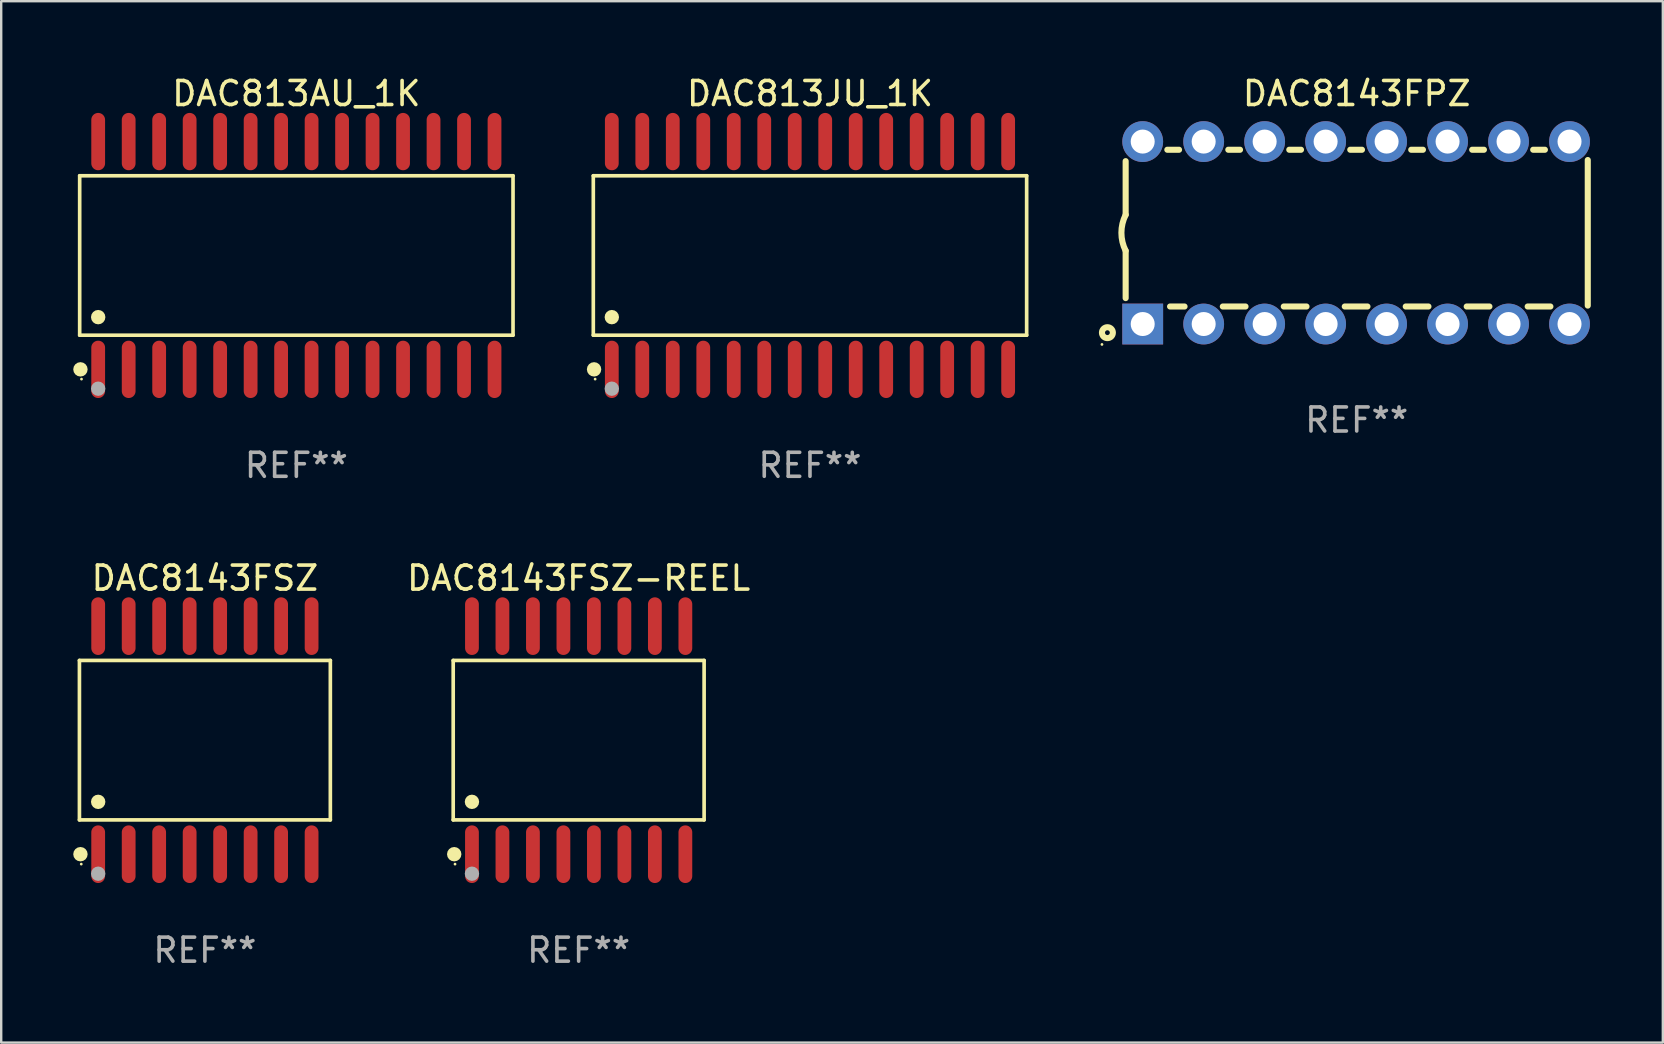
<source format=kicad_pcb>
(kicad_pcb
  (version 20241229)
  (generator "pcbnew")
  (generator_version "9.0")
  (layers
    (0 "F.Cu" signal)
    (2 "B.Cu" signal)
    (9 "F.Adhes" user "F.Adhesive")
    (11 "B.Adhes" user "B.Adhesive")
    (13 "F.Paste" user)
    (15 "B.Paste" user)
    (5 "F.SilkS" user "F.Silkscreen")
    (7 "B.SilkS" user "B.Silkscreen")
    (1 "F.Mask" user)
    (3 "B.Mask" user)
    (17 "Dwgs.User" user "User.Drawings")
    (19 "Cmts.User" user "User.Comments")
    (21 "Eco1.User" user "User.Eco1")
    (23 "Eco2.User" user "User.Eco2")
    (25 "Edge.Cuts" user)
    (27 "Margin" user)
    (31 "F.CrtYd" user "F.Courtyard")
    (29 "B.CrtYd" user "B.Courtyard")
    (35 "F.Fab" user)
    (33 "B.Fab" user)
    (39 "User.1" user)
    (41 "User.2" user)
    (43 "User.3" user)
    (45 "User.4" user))
  (footprint "DAC8143FPZ"
    (layer "F.Cu")
    (at 53.466 6.648)
    (property "Reference" "DAC8143FPZ" (at 0 -5.8 0) (layer "F.SilkS") (effects (font (size 1 1) (thickness 0.15))))
    (attr through_hole)
    (fp_line (start -9.625 -0.75) (end -9.625 -2.985) (stroke (width 0.254) (type solid)) (layer "F.SilkS"))
    (fp_line (start -9.625 0.749) (end -9.625 2.719) (stroke (width 0.254) (type solid)) (layer "F.SilkS"))
    (fp_line (start -7.889 -3.46) (end -7.401 -3.46) (stroke (width 0.254) (type solid)) (layer "F.SilkS"))
    (fp_line (start -7.775 3.07) (end -7.172 3.07) (stroke (width 0.254) (type solid)) (layer "F.SilkS"))
    (fp_line (start -5.578 3.07) (end -4.632 3.07) (stroke (width 0.254) (type solid)) (layer "F.SilkS"))
    (fp_line (start -5.349 -3.46) (end -4.861 -3.46) (stroke (width 0.254) (type solid)) (layer "F.SilkS"))
    (fp_line (start -3.038 3.07) (end -2.092 3.07) (stroke (width 0.254) (type solid)) (layer "F.SilkS"))
    (fp_line (start -2.809 -3.46) (end -2.321 -3.46) (stroke (width 0.254) (type solid)) (layer "F.SilkS"))
    (fp_line (start -0.498 3.07) (end 0.448 3.07) (stroke (width 0.254) (type solid)) (layer "F.SilkS"))
    (fp_line (start -0.269 -3.46) (end 0.219 -3.46) (stroke (width 0.254) (type solid)) (layer "F.SilkS"))
    (fp_line (start 2.042 3.07) (end 2.988 3.07) (stroke (width 0.254) (type solid)) (layer "F.SilkS"))
    (fp_line (start 2.271 -3.46) (end 2.759 -3.46) (stroke (width 0.254) (type solid)) (layer "F.SilkS"))
    (fp_line (start 4.582 3.07) (end 5.528 3.07) (stroke (width 0.254) (type solid)) (layer "F.SilkS"))
    (fp_line (start 4.811 -3.46) (end 5.299 -3.46) (stroke (width 0.254) (type solid)) (layer "F.SilkS"))
    (fp_line (start 7.122 3.07) (end 8.068 3.07) (stroke (width 0.254) (type solid)) (layer "F.SilkS"))
    (fp_line (start 7.351 -3.46) (end 7.839 -3.46) (stroke (width 0.254) (type solid)) (layer "F.SilkS"))
    (fp_line (start 9.625 3.032) (end 9.625 -3.032) (stroke (width 0.254) (type solid)) (layer "F.SilkS"))
    (fp_arc (start -9.62498 0.748819) (mid -9.801899 -0.000581) (end -9.625006 -0.749987) (stroke (width 0.254001) (type solid)) (layer "F.SilkS"))
    (fp_circle (center -10.612 4.65) (end -10.582 4.65) (stroke (width 0.06) (type solid)) (fill no) (layer "F.SilkS"))
    (fp_circle (center -10.385 4.16) (end -10.285 4.16) (stroke (width 0.254) (type solid)) (fill no) (layer "F.SilkS"))
    (fp_text user "REF**" (at 0 7.8 0) (layer "F.Fab") (effects (font (size 1 1) (thickness 0.15))))
    (pad "1" thru_hole rect (at -8.915 3.8 90) (size 1.7 1.7) (drill 1) (layers "*.Cu" "*.Mask"))
    (pad "2" thru_hole circle (at -6.375 3.8) (size 1.7 1.7) (drill 1) (layers "*.Cu" "*.Mask"))
    (pad "3" thru_hole circle (at -3.835 3.8) (size 1.7 1.7) (drill 1) (layers "*.Cu" "*.Mask"))
    (pad "4" thru_hole circle (at -1.295 3.8) (size 1.7 1.7) (drill 1) (layers "*.Cu" "*.Mask"))
    (pad "5" thru_hole circle (at 1.245 3.8) (size 1.7 1.7) (drill 1) (layers "*.Cu" "*.Mask"))
    (pad "6" thru_hole circle (at 3.785 3.8) (size 1.7 1.7) (drill 1) (layers "*.Cu" "*.Mask"))
    (pad "7" thru_hole circle (at 6.325 3.8) (size 1.7 1.7) (drill 1) (layers "*.Cu" "*.Mask"))
    (pad "8" thru_hole circle (at 8.865 3.8) (size 1.7 1.7) (drill 1) (layers "*.Cu" "*.Mask"))
    (pad "9" thru_hole circle (at 8.865 -3.8) (size 1.7 1.7) (drill 1) (layers "*.Cu" "*.Mask"))
    (pad "10" thru_hole circle (at 6.325 -3.8) (size 1.7 1.7) (drill 1) (layers "*.Cu" "*.Mask"))
    (pad "11" thru_hole circle (at 3.785 -3.8) (size 1.7 1.7) (drill 1) (layers "*.Cu" "*.Mask"))
    (pad "12" thru_hole circle (at 1.245 -3.8) (size 1.7 1.7) (drill 1) (layers "*.Cu" "*.Mask"))
    (pad "13" thru_hole circle (at -1.295 -3.8) (size 1.7 1.7) (drill 1) (layers "*.Cu" "*.Mask"))
    (pad "14" thru_hole circle (at -3.835 -3.8) (size 1.7 1.7) (drill 1) (layers "*.Cu" "*.Mask"))
    (pad "15" thru_hole circle (at -6.375 -3.8) (size 1.7 1.7) (drill 1) (layers "*.Cu" "*.Mask"))
    (pad "16" thru_hole circle (at -8.915 -3.8) (size 1.7 1.7) (drill 1) (layers "*.Cu" "*.Mask")))
  (footprint "DAC813JU_1K"
    (layer "F.Cu")
    (at 30.691 7.592)
    (property "Reference" "DAC813JU_1K" (at 0 -6.744 0) (layer "F.SilkS") (effects (font (size 1 1) (thickness 0.15))))
    (attr through_hole)
    (fp_line (start -9.026 -3.321) (end 9.026 -3.321) (stroke (width 0.152) (type solid)) (layer "F.SilkS"))
    (fp_line (start -9.026 3.321) (end -9.026 -3.321) (stroke (width 0.152) (type solid)) (layer "F.SilkS"))
    (fp_line (start 9.026 -3.321) (end 9.026 3.321) (stroke (width 0.152) (type solid)) (layer "F.SilkS"))
    (fp_line (start 9.026 3.321) (end -9.026 3.321) (stroke (width 0.152) (type solid)) (layer "F.SilkS"))
    (fp_circle (center -8.994 4.744) (end -8.844 4.744) (stroke (width 0.3) (type solid)) (fill no) (layer "F.SilkS"))
    (fp_circle (center -8.95 5.15) (end -8.92 5.15) (stroke (width 0.06) (type solid)) (fill no) (layer "F.SilkS"))
    (fp_circle (center -8.255 2.569) (end -8.105 2.569) (stroke (width 0.3) (type solid)) (fill no) (layer "F.SilkS"))
    (fp_circle (center -8.255 5.55) (end -8.105 5.55) (stroke (width 0.3) (type solid)) (fill no) (layer "F.Fab"))
    (fp_text user "REF**" (at 0 8.744 0) (layer "F.Fab") (effects (font (size 1 1) (thickness 0.15))))
    (pad "1" smd oval (at -8.255 4.744) (size 0.574 2.388) (layers "F.Cu" "F.Mask" "F.Paste"))
    (pad "2" smd oval (at -6.985 4.744) (size 0.574 2.388) (layers "F.Cu" "F.Mask" "F.Paste"))
    (pad "3" smd oval (at -5.715 4.744) (size 0.574 2.388) (layers "F.Cu" "F.Mask" "F.Paste"))
    (pad "4" smd oval (at -4.445 4.744) (size 0.574 2.388) (layers "F.Cu" "F.Mask" "F.Paste"))
    (pad "5" smd oval (at -3.175 4.744) (size 0.574 2.388) (layers "F.Cu" "F.Mask" "F.Paste"))
    (pad "6" smd oval (at -1.905 4.744) (size 0.574 2.388) (layers "F.Cu" "F.Mask" "F.Paste"))
    (pad "7" smd oval (at -0.635 4.744) (size 0.574 2.388) (layers "F.Cu" "F.Mask" "F.Paste"))
    (pad "8" smd oval (at 0.635 4.744) (size 0.574 2.388) (layers "F.Cu" "F.Mask" "F.Paste"))
    (pad "9" smd oval (at 1.905 4.744) (size 0.574 2.388) (layers "F.Cu" "F.Mask" "F.Paste"))
    (pad "10" smd oval (at 3.175 4.744) (size 0.574 2.388) (layers "F.Cu" "F.Mask" "F.Paste"))
    (pad "11" smd oval (at 4.445 4.744) (size 0.574 2.388) (layers "F.Cu" "F.Mask" "F.Paste"))
    (pad "12" smd oval (at 5.715 4.744) (size 0.574 2.388) (layers "F.Cu" "F.Mask" "F.Paste"))
    (pad "13" smd oval (at 6.985 4.744) (size 0.574 2.388) (layers "F.Cu" "F.Mask" "F.Paste"))
    (pad "14" smd oval (at 8.255 4.744) (size 0.574 2.388) (layers "F.Cu" "F.Mask" "F.Paste"))
    (pad "15" smd oval (at 8.255 -4.744) (size 0.574 2.388) (layers "F.Cu" "F.Mask" "F.Paste"))
    (pad "16" smd oval (at 6.985 -4.744) (size 0.574 2.388) (layers "F.Cu" "F.Mask" "F.Paste"))
    (pad "17" smd oval (at 5.715 -4.744) (size 0.574 2.388) (layers "F.Cu" "F.Mask" "F.Paste"))
    (pad "18" smd oval (at 4.445 -4.744) (size 0.574 2.388) (layers "F.Cu" "F.Mask" "F.Paste"))
    (pad "19" smd oval (at 3.175 -4.744) (size 0.574 2.388) (layers "F.Cu" "F.Mask" "F.Paste"))
    (pad "20" smd oval (at 1.905 -4.744) (size 0.574 2.388) (layers "F.Cu" "F.Mask" "F.Paste"))
    (pad "21" smd oval (at 0.635 -4.744) (size 0.574 2.388) (layers "F.Cu" "F.Mask" "F.Paste"))
    (pad "22" smd oval (at -0.635 -4.744) (size 0.574 2.388) (layers "F.Cu" "F.Mask" "F.Paste"))
    (pad "23" smd oval (at -1.905 -4.744) (size 0.574 2.388) (layers "F.Cu" "F.Mask" "F.Paste"))
    (pad "24" smd oval (at -3.175 -4.744) (size 0.574 2.388) (layers "F.Cu" "F.Mask" "F.Paste"))
    (pad "25" smd oval (at -4.445 -4.744) (size 0.574 2.388) (layers "F.Cu" "F.Mask" "F.Paste"))
    (pad "26" smd oval (at -5.715 -4.744) (size 0.574 2.388) (layers "F.Cu" "F.Mask" "F.Paste"))
    (pad "27" smd oval (at -6.985 -4.744) (size 0.574 2.388) (layers "F.Cu" "F.Mask" "F.Paste"))
    (pad "28" smd oval (at -8.255 -4.744) (size 0.574 2.388) (layers "F.Cu" "F.Mask" "F.Paste")))
  (footprint "DAC8143FSZ-REEL"
    (layer "F.Cu")
    (at 21.055 27.783)
    (property "Reference" "DAC8143FSZ-REEL" (at 0 -6.75 0) (layer "F.SilkS") (effects (font (size 1 1) (thickness 0.15))))
    (attr through_hole)
    (fp_line (start -5.226 -3.321) (end 5.226 -3.321) (stroke (width 0.152) (type solid)) (layer "F.SilkS"))
    (fp_line (start -5.226 3.321) (end -5.226 -3.321) (stroke (width 0.152) (type solid)) (layer "F.SilkS"))
    (fp_line (start 5.226 -3.321) (end 5.226 3.321) (stroke (width 0.152) (type solid)) (layer "F.SilkS"))
    (fp_line (start 5.226 3.321) (end -5.226 3.321) (stroke (width 0.152) (type solid)) (layer "F.SilkS"))
    (fp_circle (center -5.184 4.75) (end -5.034 4.75) (stroke (width 0.3) (type solid)) (fill no) (layer "F.SilkS"))
    (fp_circle (center -5.15 5.163) (end -5.12 5.163) (stroke (width 0.06) (type solid)) (fill no) (layer "F.SilkS"))
    (fp_circle (center -4.445 2.569) (end -4.295 2.569) (stroke (width 0.3) (type solid)) (fill no) (layer "F.SilkS"))
    (fp_circle (center -4.445 5.563) (end -4.295 5.563) (stroke (width 0.3) (type solid)) (fill no) (layer "F.Fab"))
    (fp_text user "REF**" (at 0 8.75 0) (layer "F.Fab") (effects (font (size 1 1) (thickness 0.15))))
    (pad "1" smd oval (at -4.445 4.75) (size 0.574 2.401) (layers "F.Cu" "F.Mask" "F.Paste"))
    (pad "2" smd oval (at -3.175 4.75) (size 0.574 2.401) (layers "F.Cu" "F.Mask" "F.Paste"))
    (pad "3" smd oval (at -1.905 4.75) (size 0.574 2.401) (layers "F.Cu" "F.Mask" "F.Paste"))
    (pad "4" smd oval (at -0.635 4.75) (size 0.574 2.401) (layers "F.Cu" "F.Mask" "F.Paste"))
    (pad "5" smd oval (at 0.635 4.75) (size 0.574 2.401) (layers "F.Cu" "F.Mask" "F.Paste"))
    (pad "6" smd oval (at 1.905 4.75) (size 0.574 2.401) (layers "F.Cu" "F.Mask" "F.Paste"))
    (pad "7" smd oval (at 3.175 4.75) (size 0.574 2.401) (layers "F.Cu" "F.Mask" "F.Paste"))
    (pad "8" smd oval (at 4.445 4.75) (size 0.574 2.401) (layers "F.Cu" "F.Mask" "F.Paste"))
    (pad "9" smd oval (at 4.445 -4.75) (size 0.574 2.401) (layers "F.Cu" "F.Mask" "F.Paste"))
    (pad "10" smd oval (at 3.175 -4.75) (size 0.574 2.401) (layers "F.Cu" "F.Mask" "F.Paste"))
    (pad "11" smd oval (at 1.905 -4.75) (size 0.574 2.401) (layers "F.Cu" "F.Mask" "F.Paste"))
    (pad "12" smd oval (at 0.635 -4.75) (size 0.574 2.401) (layers "F.Cu" "F.Mask" "F.Paste"))
    (pad "13" smd oval (at -0.635 -4.75) (size 0.574 2.401) (layers "F.Cu" "F.Mask" "F.Paste"))
    (pad "14" smd oval (at -1.905 -4.75) (size 0.574 2.401) (layers "F.Cu" "F.Mask" "F.Paste"))
    (pad "15" smd oval (at -3.175 -4.75) (size 0.574 2.401) (layers "F.Cu" "F.Mask" "F.Paste"))
    (pad "16" smd oval (at -4.445 -4.75) (size 0.574 2.401) (layers "F.Cu" "F.Mask" "F.Paste")))
  (footprint "DAC813AU_1K"
    (layer "F.Cu")
    (at 9.295 7.592)
    (property "Reference" "DAC813AU_1K" (at 0 -6.744 0) (layer "F.SilkS") (effects (font (size 1 1) (thickness 0.15))))
    (attr through_hole)
    (fp_line (start -9.026 -3.321) (end 9.026 -3.321) (stroke (width 0.152) (type solid)) (layer "F.SilkS"))
    (fp_line (start -9.026 3.321) (end -9.026 -3.321) (stroke (width 0.152) (type solid)) (layer "F.SilkS"))
    (fp_line (start 9.026 -3.321) (end 9.026 3.321) (stroke (width 0.152) (type solid)) (layer "F.SilkS"))
    (fp_line (start 9.026 3.321) (end -9.026 3.321) (stroke (width 0.152) (type solid)) (layer "F.SilkS"))
    (fp_circle (center -8.994 4.744) (end -8.844 4.744) (stroke (width 0.3) (type solid)) (fill no) (layer "F.SilkS"))
    (fp_circle (center -8.95 5.15) (end -8.92 5.15) (stroke (width 0.06) (type solid)) (fill no) (layer "F.SilkS"))
    (fp_circle (center -8.255 2.569) (end -8.105 2.569) (stroke (width 0.3) (type solid)) (fill no) (layer "F.SilkS"))
    (fp_circle (center -8.255 5.55) (end -8.105 5.55) (stroke (width 0.3) (type solid)) (fill no) (layer "F.Fab"))
    (fp_text user "REF**" (at 0 8.744 0) (layer "F.Fab") (effects (font (size 1 1) (thickness 0.15))))
    (pad "1" smd oval (at -8.255 4.744) (size 0.574 2.388) (layers "F.Cu" "F.Mask" "F.Paste"))
    (pad "2" smd oval (at -6.985 4.744) (size 0.574 2.388) (layers "F.Cu" "F.Mask" "F.Paste"))
    (pad "3" smd oval (at -5.715 4.744) (size 0.574 2.388) (layers "F.Cu" "F.Mask" "F.Paste"))
    (pad "4" smd oval (at -4.445 4.744) (size 0.574 2.388) (layers "F.Cu" "F.Mask" "F.Paste"))
    (pad "5" smd oval (at -3.175 4.744) (size 0.574 2.388) (layers "F.Cu" "F.Mask" "F.Paste"))
    (pad "6" smd oval (at -1.905 4.744) (size 0.574 2.388) (layers "F.Cu" "F.Mask" "F.Paste"))
    (pad "7" smd oval (at -0.635 4.744) (size 0.574 2.388) (layers "F.Cu" "F.Mask" "F.Paste"))
    (pad "8" smd oval (at 0.635 4.744) (size 0.574 2.388) (layers "F.Cu" "F.Mask" "F.Paste"))
    (pad "9" smd oval (at 1.905 4.744) (size 0.574 2.388) (layers "F.Cu" "F.Mask" "F.Paste"))
    (pad "10" smd oval (at 3.175 4.744) (size 0.574 2.388) (layers "F.Cu" "F.Mask" "F.Paste"))
    (pad "11" smd oval (at 4.445 4.744) (size 0.574 2.388) (layers "F.Cu" "F.Mask" "F.Paste"))
    (pad "12" smd oval (at 5.715 4.744) (size 0.574 2.388) (layers "F.Cu" "F.Mask" "F.Paste"))
    (pad "13" smd oval (at 6.985 4.744) (size 0.574 2.388) (layers "F.Cu" "F.Mask" "F.Paste"))
    (pad "14" smd oval (at 8.255 4.744) (size 0.574 2.388) (layers "F.Cu" "F.Mask" "F.Paste"))
    (pad "15" smd oval (at 8.255 -4.744) (size 0.574 2.388) (layers "F.Cu" "F.Mask" "F.Paste"))
    (pad "16" smd oval (at 6.985 -4.744) (size 0.574 2.388) (layers "F.Cu" "F.Mask" "F.Paste"))
    (pad "17" smd oval (at 5.715 -4.744) (size 0.574 2.388) (layers "F.Cu" "F.Mask" "F.Paste"))
    (pad "18" smd oval (at 4.445 -4.744) (size 0.574 2.388) (layers "F.Cu" "F.Mask" "F.Paste"))
    (pad "19" smd oval (at 3.175 -4.744) (size 0.574 2.388) (layers "F.Cu" "F.Mask" "F.Paste"))
    (pad "20" smd oval (at 1.905 -4.744) (size 0.574 2.388) (layers "F.Cu" "F.Mask" "F.Paste"))
    (pad "21" smd oval (at 0.635 -4.744) (size 0.574 2.388) (layers "F.Cu" "F.Mask" "F.Paste"))
    (pad "22" smd oval (at -0.635 -4.744) (size 0.574 2.388) (layers "F.Cu" "F.Mask" "F.Paste"))
    (pad "23" smd oval (at -1.905 -4.744) (size 0.574 2.388) (layers "F.Cu" "F.Mask" "F.Paste"))
    (pad "24" smd oval (at -3.175 -4.744) (size 0.574 2.388) (layers "F.Cu" "F.Mask" "F.Paste"))
    (pad "25" smd oval (at -4.445 -4.744) (size 0.574 2.388) (layers "F.Cu" "F.Mask" "F.Paste"))
    (pad "26" smd oval (at -5.715 -4.744) (size 0.574 2.388) (layers "F.Cu" "F.Mask" "F.Paste"))
    (pad "27" smd oval (at -6.985 -4.744) (size 0.574 2.388) (layers "F.Cu" "F.Mask" "F.Paste"))
    (pad "28" smd oval (at -8.255 -4.744) (size 0.574 2.388) (layers "F.Cu" "F.Mask" "F.Paste")))
  (footprint "DAC8143FSZ"
    (layer "F.Cu")
    (at 5.485 27.783)
    (property "Reference" "DAC8143FSZ" (at 0 -6.75 0) (layer "F.SilkS") (effects (font (size 1 1) (thickness 0.15))))
    (attr through_hole)
    (fp_line (start -5.226 -3.321) (end 5.226 -3.321) (stroke (width 0.152) (type solid)) (layer "F.SilkS"))
    (fp_line (start -5.226 3.321) (end -5.226 -3.321) (stroke (width 0.152) (type solid)) (layer "F.SilkS"))
    (fp_line (start 5.226 -3.321) (end 5.226 3.321) (stroke (width 0.152) (type solid)) (layer "F.SilkS"))
    (fp_line (start 5.226 3.321) (end -5.226 3.321) (stroke (width 0.152) (type solid)) (layer "F.SilkS"))
    (fp_circle (center -5.184 4.75) (end -5.034 4.75) (stroke (width 0.3) (type solid)) (fill no) (layer "F.SilkS"))
    (fp_circle (center -5.15 5.163) (end -5.12 5.163) (stroke (width 0.06) (type solid)) (fill no) (layer "F.SilkS"))
    (fp_circle (center -4.445 2.569) (end -4.295 2.569) (stroke (width 0.3) (type solid)) (fill no) (layer "F.SilkS"))
    (fp_circle (center -4.445 5.563) (end -4.295 5.563) (stroke (width 0.3) (type solid)) (fill no) (layer "F.Fab"))
    (fp_text user "REF**" (at 0 8.75 0) (layer "F.Fab") (effects (font (size 1 1) (thickness 0.15))))
    (pad "1" smd oval (at -4.445 4.75) (size 0.574 2.401) (layers "F.Cu" "F.Mask" "F.Paste"))
    (pad "2" smd oval (at -3.175 4.75) (size 0.574 2.401) (layers "F.Cu" "F.Mask" "F.Paste"))
    (pad "3" smd oval (at -1.905 4.75) (size 0.574 2.401) (layers "F.Cu" "F.Mask" "F.Paste"))
    (pad "4" smd oval (at -0.635 4.75) (size 0.574 2.401) (layers "F.Cu" "F.Mask" "F.Paste"))
    (pad "5" smd oval (at 0.635 4.75) (size 0.574 2.401) (layers "F.Cu" "F.Mask" "F.Paste"))
    (pad "6" smd oval (at 1.905 4.75) (size 0.574 2.401) (layers "F.Cu" "F.Mask" "F.Paste"))
    (pad "7" smd oval (at 3.175 4.75) (size 0.574 2.401) (layers "F.Cu" "F.Mask" "F.Paste"))
    (pad "8" smd oval (at 4.445 4.75) (size 0.574 2.401) (layers "F.Cu" "F.Mask" "F.Paste"))
    (pad "9" smd oval (at 4.445 -4.75) (size 0.574 2.401) (layers "F.Cu" "F.Mask" "F.Paste"))
    (pad "10" smd oval (at 3.175 -4.75) (size 0.574 2.401) (layers "F.Cu" "F.Mask" "F.Paste"))
    (pad "11" smd oval (at 1.905 -4.75) (size 0.574 2.401) (layers "F.Cu" "F.Mask" "F.Paste"))
    (pad "12" smd oval (at 0.635 -4.75) (size 0.574 2.401) (layers "F.Cu" "F.Mask" "F.Paste"))
    (pad "13" smd oval (at -0.635 -4.75) (size 0.574 2.401) (layers "F.Cu" "F.Mask" "F.Paste"))
    (pad "14" smd oval (at -1.905 -4.75) (size 0.574 2.401) (layers "F.Cu" "F.Mask" "F.Paste"))
    (pad "15" smd oval (at -3.175 -4.75) (size 0.574 2.401) (layers "F.Cu" "F.Mask" "F.Paste"))
    (pad "16" smd oval (at -4.445 -4.75) (size 0.574 2.401) (layers "F.Cu" "F.Mask" "F.Paste")))
  (gr_rect
    (start -3 -3)
    (end 66.218 40.382)
    (stroke (width 0.1) (type default))
    (fill no)
    (layer "Edge.Cuts")))
</source>
